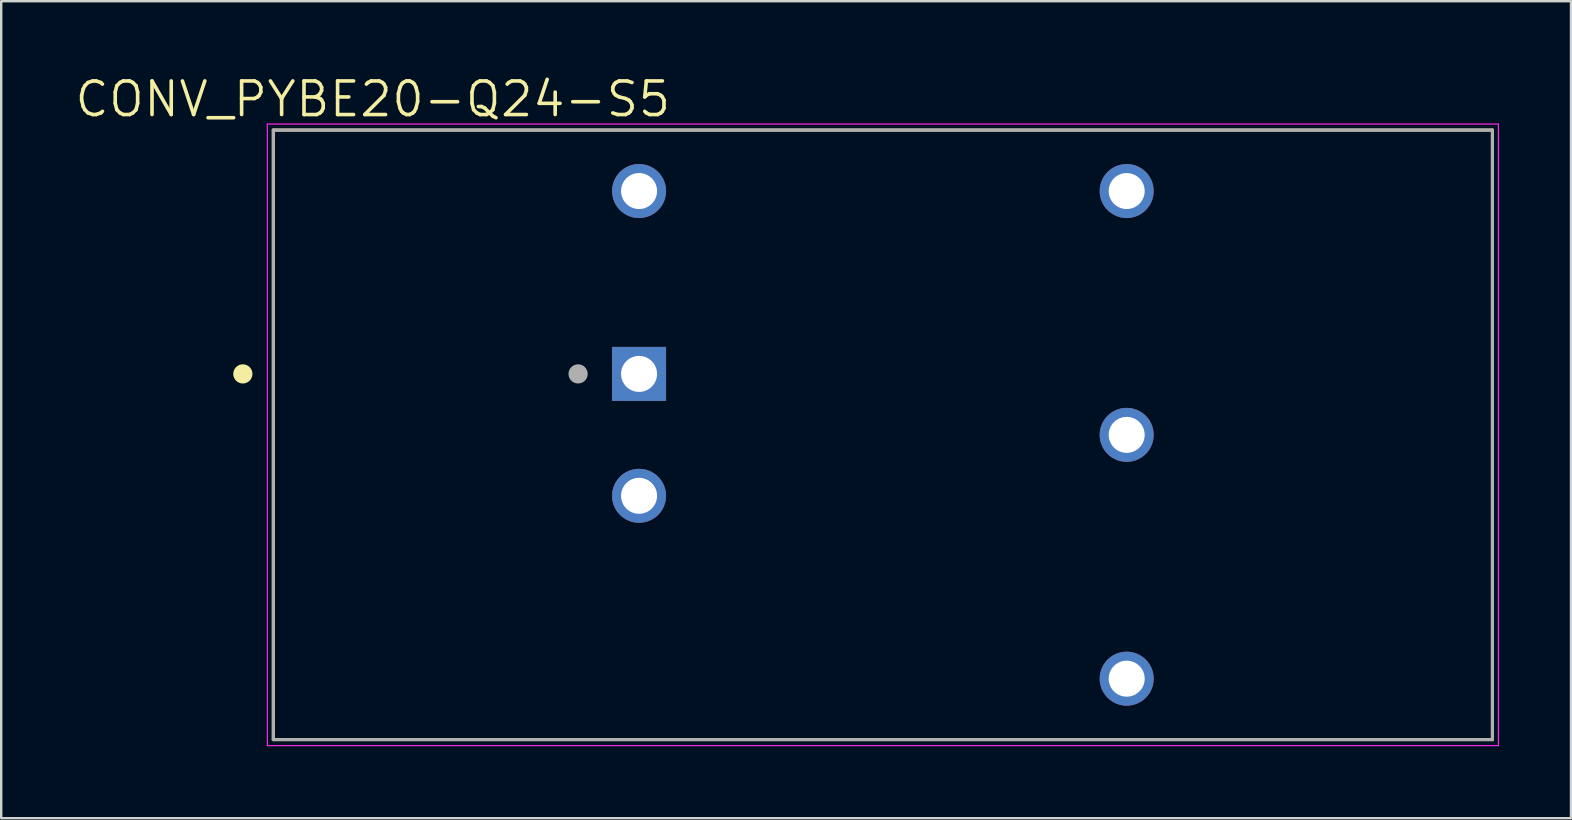
<source format=kicad_pcb>
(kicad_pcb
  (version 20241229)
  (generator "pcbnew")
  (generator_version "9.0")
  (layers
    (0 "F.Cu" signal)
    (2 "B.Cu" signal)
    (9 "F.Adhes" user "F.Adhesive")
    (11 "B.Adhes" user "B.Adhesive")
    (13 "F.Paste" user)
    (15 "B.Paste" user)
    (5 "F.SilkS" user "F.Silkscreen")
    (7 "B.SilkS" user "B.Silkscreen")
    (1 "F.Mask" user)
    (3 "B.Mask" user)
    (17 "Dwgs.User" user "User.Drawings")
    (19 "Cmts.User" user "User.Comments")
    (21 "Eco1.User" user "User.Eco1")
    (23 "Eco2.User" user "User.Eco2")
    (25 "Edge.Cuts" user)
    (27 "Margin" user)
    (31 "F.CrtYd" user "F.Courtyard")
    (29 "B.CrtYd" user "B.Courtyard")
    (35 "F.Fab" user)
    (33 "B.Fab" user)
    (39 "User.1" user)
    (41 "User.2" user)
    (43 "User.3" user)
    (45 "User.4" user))
  (footprint "CONV_PYBE20-Q24-S5"
    (layer "F.Cu")
    (at 33.74 15.071)
    (property "Reference" "CONV_PYBE20-Q24-S5" (at -21.255 -13.989 0) (layer "F.SilkS") (effects (font (size 1.4 1.4) (thickness 0.15))))
    (attr through_hole)
    (fp_line (start -25.4 -12.7) (end 25.4 -12.7) (stroke (width 0.127) (type solid)) (layer "F.SilkS"))
    (fp_line (start -25.4 12.7) (end -25.4 -12.7) (stroke (width 0.127) (type solid)) (layer "F.SilkS"))
    (fp_line (start 25.4 -12.7) (end 25.4 12.7) (stroke (width 0.127) (type solid)) (layer "F.SilkS"))
    (fp_line (start 25.4 12.7) (end -25.4 12.7) (stroke (width 0.127) (type solid)) (layer "F.SilkS"))
    (fp_circle (center -26.67 -2.54) (end -26.47 -2.54) (stroke (width 0.4) (type solid)) (fill no) (layer "F.SilkS"))
    (fp_line (start -25.65 -12.95) (end 25.65 -12.95) (stroke (width 0.05) (type solid)) (layer "F.CrtYd"))
    (fp_line (start -25.65 12.95) (end -25.65 -12.95) (stroke (width 0.05) (type solid)) (layer "F.CrtYd"))
    (fp_line (start 25.65 -12.95) (end 25.65 12.95) (stroke (width 0.05) (type solid)) (layer "F.CrtYd"))
    (fp_line (start 25.65 12.95) (end -25.65 12.95) (stroke (width 0.05) (type solid)) (layer "F.CrtYd"))
    (fp_line (start -25.4 -12.7) (end 25.4 -12.7) (stroke (width 0.127) (type solid)) (layer "F.Fab"))
    (fp_line (start -25.4 12.7) (end -25.4 -12.7) (stroke (width 0.127) (type solid)) (layer "F.Fab"))
    (fp_line (start 25.4 -12.7) (end 25.4 12.7) (stroke (width 0.127) (type solid)) (layer "F.Fab"))
    (fp_line (start 25.4 12.7) (end -25.4 12.7) (stroke (width 0.127) (type solid)) (layer "F.Fab"))
    (fp_circle (center -12.7 -2.54) (end -12.5 -2.54) (stroke (width 0.4) (type solid)) (fill no) (layer "F.Fab"))
    (pad "1" thru_hole rect (at -10.16 -2.54) (size 2.25 2.25) (drill 1.5) (layers "*.Cu" "*.Mask"))
    (pad "2" thru_hole circle (at -10.16 2.54) (size 2.25 2.25) (drill 1.5) (layers "*.Cu" "*.Mask"))
    (pad "3" thru_hole circle (at 10.16 10.16) (size 2.25 2.25) (drill 1.5) (layers "*.Cu" "*.Mask"))
    (pad "4" thru_hole circle (at 10.16 0) (size 2.25 2.25) (drill 1.5) (layers "*.Cu" "*.Mask"))
    (pad "5" thru_hole circle (at 10.16 -10.16) (size 2.25 2.25) (drill 1.5) (layers "*.Cu" "*.Mask"))
    (pad "6" thru_hole circle (at -10.16 -10.16) (size 2.25 2.25) (drill 1.5) (layers "*.Cu" "*.Mask")))
  (gr_rect
    (start -3 -3)
    (end 62.415 31.046)
    (stroke (width 0.1) (type default))
    (fill no)
    (layer "Edge.Cuts")))
</source>
